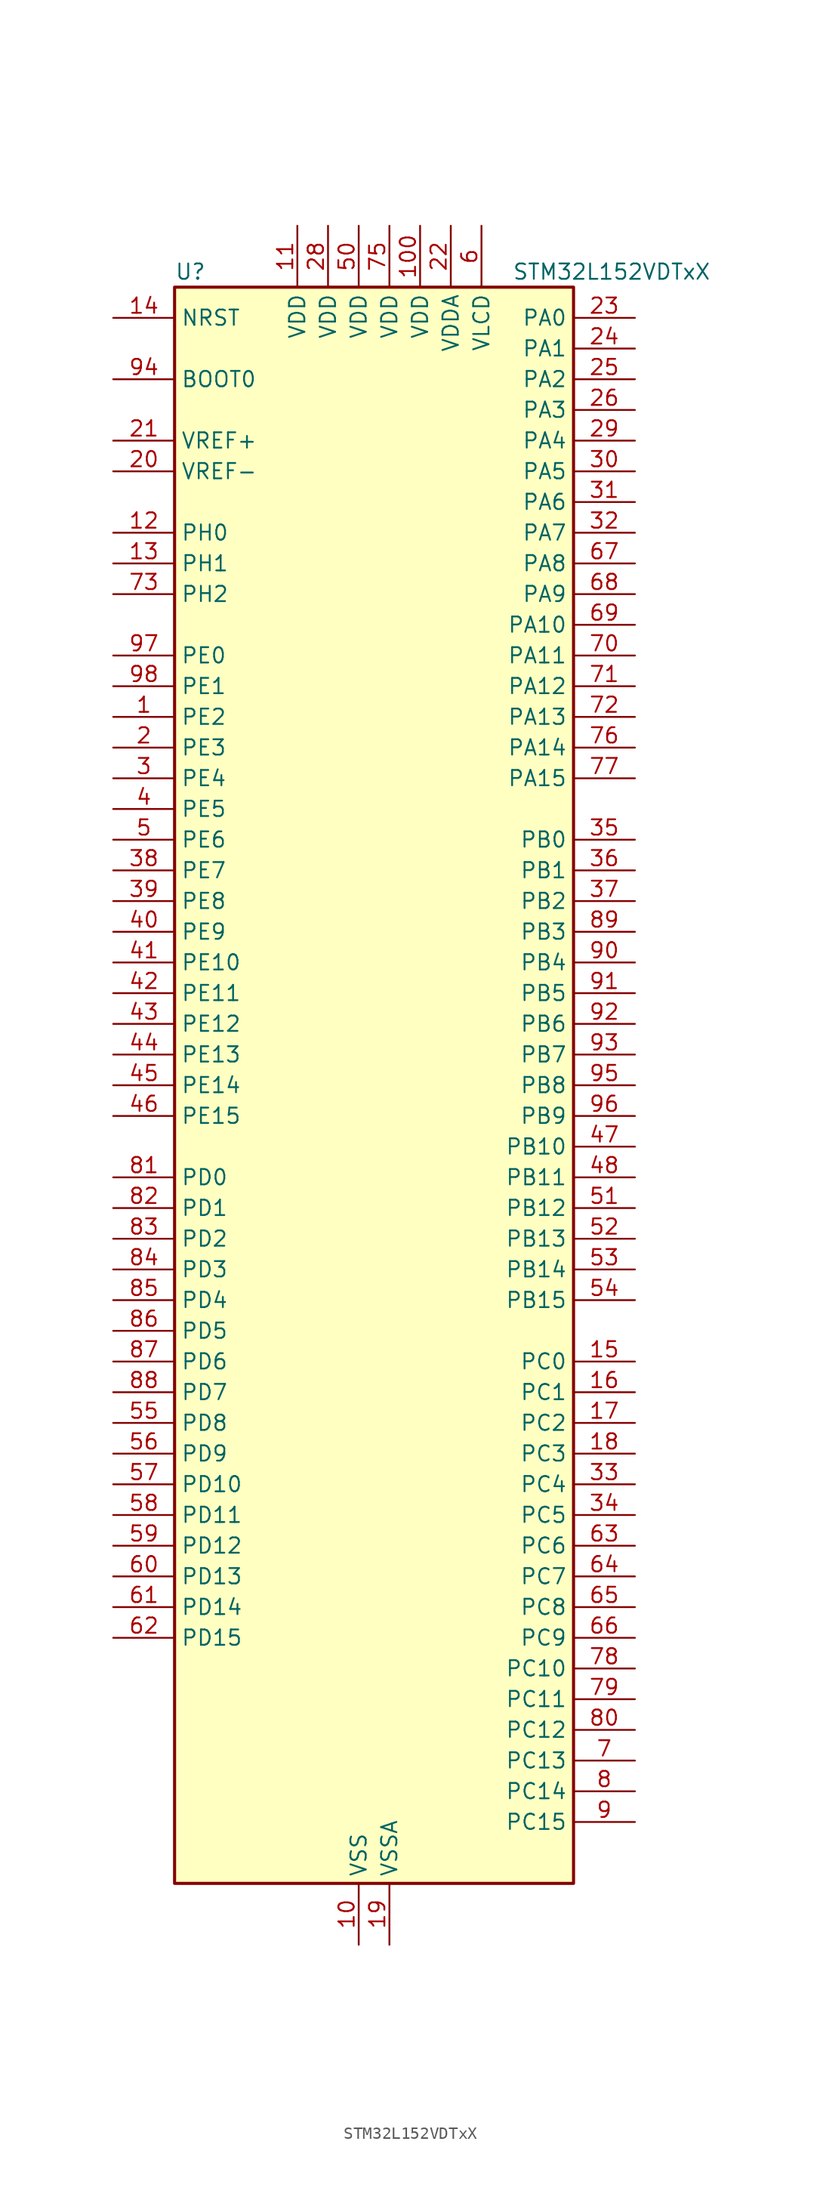
<source format=kicad_sym>
(kicad_symbol_lib
  (version 20231120)
  (generator "kicad-library-utils")
  (generator_version "8.0")
  (symbol "STM32L152VDTxX"
    (property "Reference" "U"
      (at -15.24 67.31 0)
      (effects (font (size 1.27 1.27)) (justify left)))
    (property "Value" "STM32L152VDTxX"
      (at 12.7 67.31 0)
      (effects (font (size 1.27 1.27)) (justify left)))
    (symbol "STM32L152VDTxX_0_1"
      (rectangle (start -15.24 -66.04) (end 17.78 66.04) (stroke (width 0.254) (type default)) (fill (type background))))
    (symbol "STM32L152VDTxX_1_1"
      (pin bidirectional line (at -20.32 30.48 0) (length 5.08) (name "PE2" (effects (font (size 1.27 1.27)))) (number "1" (effects (font (size 1.27 1.27)))) (alternate "LCD_SEG38" bidirectional line) (alternate "SYS_TRACECK" bidirectional line) (alternate "TIM3_ETR" bidirectional line) (alternate "TIMX_IC3" bidirectional line))
      (pin power_in line (at 0 -71.12 90) (length 5.08) (name "VSS" (effects (font (size 1.27 1.27)))) (number "10" (effects (font (size 1.27 1.27)))))
      (pin power_in line (at 5.08 71.12 270) (length 5.08) (name "VDD" (effects (font (size 1.27 1.27)))) (number "100" (effects (font (size 1.27 1.27)))))
      (pin power_in line (at -5.08 71.12 270) (length 5.08) (name "VDD" (effects (font (size 1.27 1.27)))) (number "11" (effects (font (size 1.27 1.27)))))
      (pin bidirectional line (at -20.32 45.72 0) (length 5.08) (name "PH0" (effects (font (size 1.27 1.27)))) (number "12" (effects (font (size 1.27 1.27)))) (alternate "RCC_OSC_IN" bidirectional line))
      (pin bidirectional line (at -20.32 43.18 0) (length 5.08) (name "PH1" (effects (font (size 1.27 1.27)))) (number "13" (effects (font (size 1.27 1.27)))) (alternate "RCC_OSC_OUT" bidirectional line))
      (pin input line (at -20.32 63.5 0) (length 5.08) (name "NRST" (effects (font (size 1.27 1.27)))) (number "14" (effects (font (size 1.27 1.27)))))
      (pin bidirectional line (at 22.86 -22.86 180) (length 5.08) (name "PC0" (effects (font (size 1.27 1.27)))) (number "15" (effects (font (size 1.27 1.27)))) (alternate "ADC_IN10" bidirectional line) (alternate "COMP1_INP" bidirectional line) (alternate "LCD_SEG18" bidirectional line) (alternate "TIMX_IC1" bidirectional line) (alternate "TS_G8_IO1" bidirectional line))
      (pin bidirectional line (at 22.86 -25.4 180) (length 5.08) (name "PC1" (effects (font (size 1.27 1.27)))) (number "16" (effects (font (size 1.27 1.27)))) (alternate "ADC_IN11" bidirectional line) (alternate "COMP1_INP" bidirectional line) (alternate "LCD_SEG19" bidirectional line) (alternate "TIMX_IC2" bidirectional line) (alternate "TS_G8_IO2" bidirectional line))
      (pin bidirectional line (at 22.86 -27.94 180) (length 5.08) (name "PC2" (effects (font (size 1.27 1.27)))) (number "17" (effects (font (size 1.27 1.27)))) (alternate "ADC_IN12" bidirectional line) (alternate "COMP1_INP" bidirectional line) (alternate "LCD_SEG20" bidirectional line) (alternate "TIMX_IC3" bidirectional line) (alternate "TS_G8_IO3" bidirectional line))
      (pin bidirectional line (at 22.86 -30.48 180) (length 5.08) (name "PC3" (effects (font (size 1.27 1.27)))) (number "18" (effects (font (size 1.27 1.27)))) (alternate "ADC_IN13" bidirectional line) (alternate "COMP1_INP" bidirectional line) (alternate "LCD_SEG21" bidirectional line) (alternate "TIMX_IC4" bidirectional line) (alternate "TS_G8_IO4" bidirectional line))
      (pin power_in line (at 2.54 -71.12 90) (length 5.08) (name "VSSA" (effects (font (size 1.27 1.27)))) (number "19" (effects (font (size 1.27 1.27)))))
      (pin bidirectional line (at -20.32 27.94 0) (length 5.08) (name "PE3" (effects (font (size 1.27 1.27)))) (number "2" (effects (font (size 1.27 1.27)))) (alternate "LCD_SEG39" bidirectional line) (alternate "SYS_TRACED0" bidirectional line) (alternate "TIM3_CH1" bidirectional line) (alternate "TIMX_IC4" bidirectional line))
      (pin input line (at -20.32 50.8 0) (length 5.08) (name "VREF-" (effects (font (size 1.27 1.27)))) (number "20" (effects (font (size 1.27 1.27)))))
      (pin input line (at -20.32 53.34 0) (length 5.08) (name "VREF+" (effects (font (size 1.27 1.27)))) (number "21" (effects (font (size 1.27 1.27)))))
      (pin power_in line (at 7.62 71.12 270) (length 5.08) (name "VDDA" (effects (font (size 1.27 1.27)))) (number "22" (effects (font (size 1.27 1.27)))))
      (pin bidirectional line (at 22.86 63.5 180) (length 5.08) (name "PA0" (effects (font (size 1.27 1.27)))) (number "23" (effects (font (size 1.27 1.27)))) (alternate "ADC_IN0" bidirectional line) (alternate "COMP1_INP" bidirectional line) (alternate "RTC_TAMP2" bidirectional line) (alternate "SYS_WKUP1" bidirectional line) (alternate "TIM2_CH1" bidirectional line) (alternate "TIM2_ETR" bidirectional line) (alternate "TIM5_CH1" bidirectional line) (alternate "TIMX_IC1" bidirectional line) (alternate "TS_G1_IO1" bidirectional line) (alternate "USART2_CTS" bidirectional line))
      (pin bidirectional line (at 22.86 60.96 180) (length 5.08) (name "PA1" (effects (font (size 1.27 1.27)))) (number "24" (effects (font (size 1.27 1.27)))) (alternate "ADC_IN1" bidirectional line) (alternate "COMP1_INP" bidirectional line) (alternate "LCD_SEG0" bidirectional line) (alternate "OPAMP1_VINP" bidirectional line) (alternate "TIM2_CH2" bidirectional line) (alternate "TIM5_CH2" bidirectional line) (alternate "TIMX_IC2" bidirectional line) (alternate "TS_G1_IO2" bidirectional line) (alternate "USART2_RTS" bidirectional line))
      (pin bidirectional line (at 22.86 58.42 180) (length 5.08) (name "PA2" (effects (font (size 1.27 1.27)))) (number "25" (effects (font (size 1.27 1.27)))) (alternate "ADC_IN2" bidirectional line) (alternate "COMP1_INP" bidirectional line) (alternate "LCD_SEG1" bidirectional line) (alternate "OPAMP1_VINM" bidirectional line) (alternate "TIM2_CH3" bidirectional line) (alternate "TIM5_CH3" bidirectional line) (alternate "TIM9_CH1" bidirectional line) (alternate "TIMX_IC3" bidirectional line) (alternate "TS_G1_IO3" bidirectional line) (alternate "USART2_TX" bidirectional line))
      (pin bidirectional line (at 22.86 55.88 180) (length 5.08) (name "PA3" (effects (font (size 1.27 1.27)))) (number "26" (effects (font (size 1.27 1.27)))) (alternate "ADC_IN3" bidirectional line) (alternate "COMP1_INP" bidirectional line) (alternate "LCD_SEG2" bidirectional line) (alternate "OPAMP1_VOUT" bidirectional line) (alternate "TIM2_CH4" bidirectional line) (alternate "TIM5_CH4" bidirectional line) (alternate "TIM9_CH2" bidirectional line) (alternate "TIMX_IC4" bidirectional line) (alternate "TS_G1_IO4" bidirectional line) (alternate "USART2_RX" bidirectional line))
      (pin passive line (at 0 -71.12 90) (length 5.08) hide (name "VSS" (effects (font (size 1.27 1.27)))) (number "27" (effects (font (size 1.27 1.27)))))
      (pin power_in line (at -2.54 71.12 270) (length 5.08) (name "VDD" (effects (font (size 1.27 1.27)))) (number "28" (effects (font (size 1.27 1.27)))))
      (pin bidirectional line (at 22.86 53.34 180) (length 5.08) (name "PA4" (effects (font (size 1.27 1.27)))) (number "29" (effects (font (size 1.27 1.27)))) (alternate "ADC_IN4" bidirectional line) (alternate "COMP1_INP" bidirectional line) (alternate "DAC_OUT1" bidirectional line) (alternate "I2S3_WS" bidirectional line) (alternate "SPI1_NSS" bidirectional line) (alternate "SPI3_NSS" bidirectional line) (alternate "TIMX_IC1" bidirectional line) (alternate "USART2_CK" bidirectional line))
      (pin bidirectional line (at -20.32 25.4 0) (length 5.08) (name "PE4" (effects (font (size 1.27 1.27)))) (number "3" (effects (font (size 1.27 1.27)))) (alternate "SYS_TRACED1" bidirectional line) (alternate "TIM3_CH2" bidirectional line) (alternate "TIMX_IC1" bidirectional line))
      (pin bidirectional line (at 22.86 50.8 180) (length 5.08) (name "PA5" (effects (font (size 1.27 1.27)))) (number "30" (effects (font (size 1.27 1.27)))) (alternate "ADC_IN5" bidirectional line) (alternate "COMP1_INP" bidirectional line) (alternate "DAC_OUT2" bidirectional line) (alternate "SPI1_SCK" bidirectional line) (alternate "TIM2_CH1" bidirectional line) (alternate "TIM2_ETR" bidirectional line) (alternate "TIMX_IC2" bidirectional line))
      (pin bidirectional line (at 22.86 48.26 180) (length 5.08) (name "PA6" (effects (font (size 1.27 1.27)))) (number "31" (effects (font (size 1.27 1.27)))) (alternate "ADC_IN6" bidirectional line) (alternate "COMP1_INP" bidirectional line) (alternate "LCD_SEG3" bidirectional line) (alternate "OPAMP2_VINP" bidirectional line) (alternate "SPI1_MISO" bidirectional line) (alternate "TIM10_CH1" bidirectional line) (alternate "TIM3_CH1" bidirectional line) (alternate "TIMX_IC3" bidirectional line) (alternate "TS_G2_IO1" bidirectional line))
      (pin bidirectional line (at 22.86 45.72 180) (length 5.08) (name "PA7" (effects (font (size 1.27 1.27)))) (number "32" (effects (font (size 1.27 1.27)))) (alternate "ADC_IN7" bidirectional line) (alternate "COMP1_INP" bidirectional line) (alternate "LCD_SEG4" bidirectional line) (alternate "OPAMP2_VINM" bidirectional line) (alternate "SPI1_MOSI" bidirectional line) (alternate "TIM11_CH1" bidirectional line) (alternate "TIM3_CH2" bidirectional line) (alternate "TIMX_IC4" bidirectional line) (alternate "TS_G2_IO2" bidirectional line))
      (pin bidirectional line (at 22.86 -33.02 180) (length 5.08) (name "PC4" (effects (font (size 1.27 1.27)))) (number "33" (effects (font (size 1.27 1.27)))) (alternate "ADC_IN14" bidirectional line) (alternate "COMP1_INP" bidirectional line) (alternate "LCD_SEG22" bidirectional line) (alternate "TIMX_IC1" bidirectional line) (alternate "TS_G9_IO1" bidirectional line))
      (pin bidirectional line (at 22.86 -35.56 180) (length 5.08) (name "PC5" (effects (font (size 1.27 1.27)))) (number "34" (effects (font (size 1.27 1.27)))) (alternate "ADC_IN15" bidirectional line) (alternate "COMP1_INP" bidirectional line) (alternate "LCD_SEG23" bidirectional line) (alternate "TIMX_IC2" bidirectional line) (alternate "TS_G9_IO2" bidirectional line))
      (pin bidirectional line (at 22.86 20.32 180) (length 5.08) (name "PB0" (effects (font (size 1.27 1.27)))) (number "35" (effects (font (size 1.27 1.27)))) (alternate "ADC_IN8" bidirectional line) (alternate "COMP1_INP" bidirectional line) (alternate "LCD_SEG5" bidirectional line) (alternate "OPAMP2_VOUT" bidirectional line) (alternate "SYS_V_REF_OUT" bidirectional line) (alternate "TIM3_CH3" bidirectional line) (alternate "TS_G3_IO1" bidirectional line))
      (pin bidirectional line (at 22.86 17.78 180) (length 5.08) (name "PB1" (effects (font (size 1.27 1.27)))) (number "36" (effects (font (size 1.27 1.27)))) (alternate "ADC_IN9" bidirectional line) (alternate "COMP1_INP" bidirectional line) (alternate "LCD_SEG6" bidirectional line) (alternate "SYS_V_REF_OUT" bidirectional line) (alternate "TIM3_CH4" bidirectional line) (alternate "TS_G3_IO2" bidirectional line))
      (pin bidirectional line (at 22.86 15.24 180) (length 5.08) (name "PB2" (effects (font (size 1.27 1.27)))) (number "37" (effects (font (size 1.27 1.27)))) (alternate "ADC_IN0b" bidirectional line) (alternate "TS_G3_IO3" bidirectional line))
      (pin bidirectional line (at -20.32 17.78 0) (length 5.08) (name "PE7" (effects (font (size 1.27 1.27)))) (number "38" (effects (font (size 1.27 1.27)))) (alternate "ADC_IN22" bidirectional line) (alternate "COMP1_INP" bidirectional line) (alternate "TIMX_IC4" bidirectional line))
      (pin bidirectional line (at -20.32 15.24 0) (length 5.08) (name "PE8" (effects (font (size 1.27 1.27)))) (number "39" (effects (font (size 1.27 1.27)))) (alternate "ADC_IN23" bidirectional line) (alternate "COMP1_INP" bidirectional line) (alternate "TIMX_IC1" bidirectional line))
      (pin bidirectional line (at -20.32 22.86 0) (length 5.08) (name "PE5" (effects (font (size 1.27 1.27)))) (number "4" (effects (font (size 1.27 1.27)))) (alternate "SYS_TRACED2" bidirectional line) (alternate "TIM9_CH1" bidirectional line) (alternate "TIMX_IC2" bidirectional line))
      (pin bidirectional line (at -20.32 12.7 0) (length 5.08) (name "PE9" (effects (font (size 1.27 1.27)))) (number "40" (effects (font (size 1.27 1.27)))) (alternate "ADC_IN24" bidirectional line) (alternate "COMP1_INP" bidirectional line) (alternate "DAC_EXTI9" bidirectional line) (alternate "TIM2_CH1" bidirectional line) (alternate "TIM2_ETR" bidirectional line) (alternate "TIMX_IC2" bidirectional line))
      (pin bidirectional line (at -20.32 10.16 0) (length 5.08) (name "PE10" (effects (font (size 1.27 1.27)))) (number "41" (effects (font (size 1.27 1.27)))) (alternate "ADC_IN25" bidirectional line) (alternate "COMP1_INP" bidirectional line) (alternate "TIM2_CH2" bidirectional line) (alternate "TIMX_IC3" bidirectional line))
      (pin bidirectional line (at -20.32 7.62 0) (length 5.08) (name "PE11" (effects (font (size 1.27 1.27)))) (number "42" (effects (font (size 1.27 1.27)))) (alternate "ADC_EXTI11" bidirectional line) (alternate "TIM2_CH3" bidirectional line) (alternate "TIMX_IC4" bidirectional line))
      (pin bidirectional line (at -20.32 5.08 0) (length 5.08) (name "PE12" (effects (font (size 1.27 1.27)))) (number "43" (effects (font (size 1.27 1.27)))) (alternate "SPI1_NSS" bidirectional line) (alternate "TIM2_CH4" bidirectional line) (alternate "TIMX_IC1" bidirectional line))
      (pin bidirectional line (at -20.32 2.54 0) (length 5.08) (name "PE13" (effects (font (size 1.27 1.27)))) (number "44" (effects (font (size 1.27 1.27)))) (alternate "SPI1_SCK" bidirectional line) (alternate "TIMX_IC2" bidirectional line))
      (pin bidirectional line (at -20.32 0 0) (length 5.08) (name "PE14" (effects (font (size 1.27 1.27)))) (number "45" (effects (font (size 1.27 1.27)))) (alternate "SPI1_MISO" bidirectional line) (alternate "TIMX_IC3" bidirectional line))
      (pin bidirectional line (at -20.32 -2.54 0) (length 5.08) (name "PE15" (effects (font (size 1.27 1.27)))) (number "46" (effects (font (size 1.27 1.27)))) (alternate "ADC_EXTI15" bidirectional line) (alternate "SPI1_MOSI" bidirectional line) (alternate "TIMX_IC4" bidirectional line))
      (pin bidirectional line (at 22.86 -5.08 180) (length 5.08) (name "PB10" (effects (font (size 1.27 1.27)))) (number "47" (effects (font (size 1.27 1.27)))) (alternate "I2C2_SCL" bidirectional line) (alternate "LCD_SEG10" bidirectional line) (alternate "TIM2_CH3" bidirectional line) (alternate "USART3_TX" bidirectional line))
      (pin bidirectional line (at 22.86 -7.62 180) (length 5.08) (name "PB11" (effects (font (size 1.27 1.27)))) (number "48" (effects (font (size 1.27 1.27)))) (alternate "ADC_EXTI11" bidirectional line) (alternate "I2C2_SDA" bidirectional line) (alternate "LCD_SEG11" bidirectional line) (alternate "TIM2_CH4" bidirectional line) (alternate "USART3_RX" bidirectional line))
      (pin passive line (at 0 -71.12 90) (length 5.08) hide (name "VSS" (effects (font (size 1.27 1.27)))) (number "49" (effects (font (size 1.27 1.27)))))
      (pin bidirectional line (at -20.32 20.32 0) (length 5.08) (name "PE6" (effects (font (size 1.27 1.27)))) (number "5" (effects (font (size 1.27 1.27)))) (alternate "RTC_TAMP3" bidirectional line) (alternate "SYS_TRACED3" bidirectional line) (alternate "SYS_WKUP3" bidirectional line) (alternate "TIM9_CH2" bidirectional line) (alternate "TIMX_IC3" bidirectional line))
      (pin power_in line (at 0 71.12 270) (length 5.08) (name "VDD" (effects (font (size 1.27 1.27)))) (number "50" (effects (font (size 1.27 1.27)))))
      (pin bidirectional line (at 22.86 -10.16 180) (length 5.08) (name "PB12" (effects (font (size 1.27 1.27)))) (number "51" (effects (font (size 1.27 1.27)))) (alternate "ADC_IN18" bidirectional line) (alternate "COMP1_INP" bidirectional line) (alternate "I2C2_SMBA" bidirectional line) (alternate "I2S2_WS" bidirectional line) (alternate "LCD_SEG12" bidirectional line) (alternate "SPI2_NSS" bidirectional line) (alternate "TIM10_CH1" bidirectional line) (alternate "TS_G7_IO1" bidirectional line) (alternate "USART3_CK" bidirectional line))
      (pin bidirectional line (at 22.86 -12.7 180) (length 5.08) (name "PB13" (effects (font (size 1.27 1.27)))) (number "52" (effects (font (size 1.27 1.27)))) (alternate "ADC_IN19" bidirectional line) (alternate "COMP1_INP" bidirectional line) (alternate "I2S2_CK" bidirectional line) (alternate "LCD_SEG13" bidirectional line) (alternate "SPI2_SCK" bidirectional line) (alternate "TIM9_CH1" bidirectional line) (alternate "TS_G7_IO2" bidirectional line) (alternate "USART3_CTS" bidirectional line))
      (pin bidirectional line (at 22.86 -15.24 180) (length 5.08) (name "PB14" (effects (font (size 1.27 1.27)))) (number "53" (effects (font (size 1.27 1.27)))) (alternate "ADC_IN20" bidirectional line) (alternate "COMP1_INP" bidirectional line) (alternate "LCD_SEG14" bidirectional line) (alternate "SPI2_MISO" bidirectional line) (alternate "TIM9_CH2" bidirectional line) (alternate "TS_G7_IO3" bidirectional line) (alternate "USART3_RTS" bidirectional line))
      (pin bidirectional line (at 22.86 -17.78 180) (length 5.08) (name "PB15" (effects (font (size 1.27 1.27)))) (number "54" (effects (font (size 1.27 1.27)))) (alternate "ADC_EXTI15" bidirectional line) (alternate "ADC_IN21" bidirectional line) (alternate "COMP1_INP" bidirectional line) (alternate "I2S2_SD" bidirectional line) (alternate "LCD_SEG15" bidirectional line) (alternate "RTC_REFIN" bidirectional line) (alternate "SPI2_MOSI" bidirectional line) (alternate "TIM11_CH1" bidirectional line) (alternate "TS_G7_IO4" bidirectional line))
      (pin bidirectional line (at -20.32 -27.94 0) (length 5.08) (name "PD8" (effects (font (size 1.27 1.27)))) (number "55" (effects (font (size 1.27 1.27)))) (alternate "LCD_SEG28" bidirectional line) (alternate "TIMX_IC1" bidirectional line) (alternate "USART3_TX" bidirectional line))
      (pin bidirectional line (at -20.32 -30.48 0) (length 5.08) (name "PD9" (effects (font (size 1.27 1.27)))) (number "56" (effects (font (size 1.27 1.27)))) (alternate "DAC_EXTI9" bidirectional line) (alternate "LCD_SEG29" bidirectional line) (alternate "TIMX_IC2" bidirectional line) (alternate "USART3_RX" bidirectional line))
      (pin bidirectional line (at -20.32 -33.02 0) (length 5.08) (name "PD10" (effects (font (size 1.27 1.27)))) (number "57" (effects (font (size 1.27 1.27)))) (alternate "LCD_SEG30" bidirectional line) (alternate "TIMX_IC3" bidirectional line) (alternate "USART3_CK" bidirectional line))
      (pin bidirectional line (at -20.32 -35.56 0) (length 5.08) (name "PD11" (effects (font (size 1.27 1.27)))) (number "58" (effects (font (size 1.27 1.27)))) (alternate "ADC_EXTI11" bidirectional line) (alternate "LCD_SEG31" bidirectional line) (alternate "TIMX_IC4" bidirectional line) (alternate "USART3_CTS" bidirectional line))
      (pin bidirectional line (at -20.32 -38.1 0) (length 5.08) (name "PD12" (effects (font (size 1.27 1.27)))) (number "59" (effects (font (size 1.27 1.27)))) (alternate "LCD_SEG32" bidirectional line) (alternate "TIM4_CH1" bidirectional line) (alternate "TIMX_IC1" bidirectional line) (alternate "USART3_RTS" bidirectional line))
      (pin power_in line (at 10.16 71.12 270) (length 5.08) (name "VLCD" (effects (font (size 1.27 1.27)))) (number "6" (effects (font (size 1.27 1.27)))))
      (pin bidirectional line (at -20.32 -40.64 0) (length 5.08) (name "PD13" (effects (font (size 1.27 1.27)))) (number "60" (effects (font (size 1.27 1.27)))) (alternate "LCD_SEG33" bidirectional line) (alternate "TIM4_CH2" bidirectional line) (alternate "TIMX_IC2" bidirectional line))
      (pin bidirectional line (at -20.32 -43.18 0) (length 5.08) (name "PD14" (effects (font (size 1.27 1.27)))) (number "61" (effects (font (size 1.27 1.27)))) (alternate "LCD_SEG34" bidirectional line) (alternate "TIM4_CH3" bidirectional line) (alternate "TIMX_IC3" bidirectional line))
      (pin bidirectional line (at -20.32 -45.72 0) (length 5.08) (name "PD15" (effects (font (size 1.27 1.27)))) (number "62" (effects (font (size 1.27 1.27)))) (alternate "ADC_EXTI15" bidirectional line) (alternate "LCD_SEG35" bidirectional line) (alternate "TIM4_CH4" bidirectional line) (alternate "TIMX_IC4" bidirectional line))
      (pin bidirectional line (at 22.86 -38.1 180) (length 5.08) (name "PC6" (effects (font (size 1.27 1.27)))) (number "63" (effects (font (size 1.27 1.27)))) (alternate "I2S2_MCK" bidirectional line) (alternate "LCD_SEG24" bidirectional line) (alternate "TIM3_CH1" bidirectional line) (alternate "TIMX_IC3" bidirectional line) (alternate "TS_G10_IO1" bidirectional line))
      (pin bidirectional line (at 22.86 -40.64 180) (length 5.08) (name "PC7" (effects (font (size 1.27 1.27)))) (number "64" (effects (font (size 1.27 1.27)))) (alternate "I2S3_MCK" bidirectional line) (alternate "LCD_SEG25" bidirectional line) (alternate "TIM3_CH2" bidirectional line) (alternate "TIMX_IC4" bidirectional line) (alternate "TS_G10_IO2" bidirectional line))
      (pin bidirectional line (at 22.86 -43.18 180) (length 5.08) (name "PC8" (effects (font (size 1.27 1.27)))) (number "65" (effects (font (size 1.27 1.27)))) (alternate "LCD_SEG26" bidirectional line) (alternate "TIM3_CH3" bidirectional line) (alternate "TIMX_IC1" bidirectional line) (alternate "TS_G10_IO3" bidirectional line))
      (pin bidirectional line (at 22.86 -45.72 180) (length 5.08) (name "PC9" (effects (font (size 1.27 1.27)))) (number "66" (effects (font (size 1.27 1.27)))) (alternate "DAC_EXTI9" bidirectional line) (alternate "LCD_SEG27" bidirectional line) (alternate "TIM3_CH4" bidirectional line) (alternate "TIMX_IC2" bidirectional line) (alternate "TS_G10_IO4" bidirectional line))
      (pin bidirectional line (at 22.86 43.18 180) (length 5.08) (name "PA8" (effects (font (size 1.27 1.27)))) (number "67" (effects (font (size 1.27 1.27)))) (alternate "LCD_COM0" bidirectional line) (alternate "RCC_MCO" bidirectional line) (alternate "TIMX_IC1" bidirectional line) (alternate "TS_G4_IO1" bidirectional line) (alternate "USART1_CK" bidirectional line))
      (pin bidirectional line (at 22.86 40.64 180) (length 5.08) (name "PA9" (effects (font (size 1.27 1.27)))) (number "68" (effects (font (size 1.27 1.27)))) (alternate "DAC_EXTI9" bidirectional line) (alternate "LCD_COM1" bidirectional line) (alternate "TIMX_IC2" bidirectional line) (alternate "TS_G4_IO2" bidirectional line) (alternate "USART1_TX" bidirectional line))
      (pin bidirectional line (at 22.86 38.1 180) (length 5.08) (name "PA10" (effects (font (size 1.27 1.27)))) (number "69" (effects (font (size 1.27 1.27)))) (alternate "LCD_COM2" bidirectional line) (alternate "TIMX_IC3" bidirectional line) (alternate "TS_G4_IO3" bidirectional line) (alternate "USART1_RX" bidirectional line))
      (pin bidirectional line (at 22.86 -55.88 180) (length 5.08) (name "PC13" (effects (font (size 1.27 1.27)))) (number "7" (effects (font (size 1.27 1.27)))) (alternate "RTC_OUT_ALARM" bidirectional line) (alternate "RTC_OUT_CALIB" bidirectional line) (alternate "RTC_TAMP1" bidirectional line) (alternate "RTC_TS" bidirectional line) (alternate "SYS_WKUP2" bidirectional line) (alternate "TIMX_IC2" bidirectional line))
      (pin bidirectional line (at 22.86 35.56 180) (length 5.08) (name "PA11" (effects (font (size 1.27 1.27)))) (number "70" (effects (font (size 1.27 1.27)))) (alternate "ADC_EXTI11" bidirectional line) (alternate "SPI1_MISO" bidirectional line) (alternate "TIMX_IC4" bidirectional line) (alternate "USART1_CTS" bidirectional line) (alternate "USB_DM" bidirectional line))
      (pin bidirectional line (at 22.86 33.02 180) (length 5.08) (name "PA12" (effects (font (size 1.27 1.27)))) (number "71" (effects (font (size 1.27 1.27)))) (alternate "SPI1_MOSI" bidirectional line) (alternate "TIMX_IC1" bidirectional line) (alternate "USART1_RTS" bidirectional line) (alternate "USB_DP" bidirectional line))
      (pin bidirectional line (at 22.86 30.48 180) (length 5.08) (name "PA13" (effects (font (size 1.27 1.27)))) (number "72" (effects (font (size 1.27 1.27)))) (alternate "SYS_JTMS-SWDIO" bidirectional line) (alternate "TIMX_IC2" bidirectional line) (alternate "TS_G5_IO1" bidirectional line))
      (pin bidirectional line (at -20.32 40.64 0) (length 5.08) (name "PH2" (effects (font (size 1.27 1.27)))) (number "73" (effects (font (size 1.27 1.27)))))
      (pin passive line (at 0 -71.12 90) (length 5.08) hide (name "VSS" (effects (font (size 1.27 1.27)))) (number "74" (effects (font (size 1.27 1.27)))))
      (pin power_in line (at 2.54 71.12 270) (length 5.08) (name "VDD" (effects (font (size 1.27 1.27)))) (number "75" (effects (font (size 1.27 1.27)))))
      (pin bidirectional line (at 22.86 27.94 180) (length 5.08) (name "PA14" (effects (font (size 1.27 1.27)))) (number "76" (effects (font (size 1.27 1.27)))) (alternate "SYS_JTCK-SWCLK" bidirectional line) (alternate "TIMX_IC3" bidirectional line) (alternate "TS_G5_IO2" bidirectional line))
      (pin bidirectional line (at 22.86 25.4 180) (length 5.08) (name "PA15" (effects (font (size 1.27 1.27)))) (number "77" (effects (font (size 1.27 1.27)))) (alternate "ADC_EXTI15" bidirectional line) (alternate "I2S3_WS" bidirectional line) (alternate "LCD_SEG17" bidirectional line) (alternate "SPI1_NSS" bidirectional line) (alternate "SPI3_NSS" bidirectional line) (alternate "SYS_JTDI" bidirectional line) (alternate "TIM2_CH1" bidirectional line) (alternate "TIM2_ETR" bidirectional line) (alternate "TIMX_IC4" bidirectional line) (alternate "TS_G5_IO3" bidirectional line))
      (pin bidirectional line (at 22.86 -48.26 180) (length 5.08) (name "PC10" (effects (font (size 1.27 1.27)))) (number "78" (effects (font (size 1.27 1.27)))) (alternate "I2S3_CK" bidirectional line) (alternate "LCD_COM4" bidirectional line) (alternate "LCD_SEG28" bidirectional line) (alternate "LCD_SEG40" bidirectional line) (alternate "SPI3_SCK" bidirectional line) (alternate "TIMX_IC3" bidirectional line) (alternate "UART4_TX" bidirectional line) (alternate "USART3_TX" bidirectional line))
      (pin bidirectional line (at 22.86 -50.8 180) (length 5.08) (name "PC11" (effects (font (size 1.27 1.27)))) (number "79" (effects (font (size 1.27 1.27)))) (alternate "ADC_EXTI11" bidirectional line) (alternate "LCD_COM5" bidirectional line) (alternate "LCD_SEG29" bidirectional line) (alternate "LCD_SEG41" bidirectional line) (alternate "SPI3_MISO" bidirectional line) (alternate "TIMX_IC4" bidirectional line) (alternate "UART4_RX" bidirectional line) (alternate "USART3_RX" bidirectional line))
      (pin bidirectional line (at 22.86 -58.42 180) (length 5.08) (name "PC14" (effects (font (size 1.27 1.27)))) (number "8" (effects (font (size 1.27 1.27)))) (alternate "RCC_OSC32_IN" bidirectional line) (alternate "TIMX_IC3" bidirectional line))
      (pin bidirectional line (at 22.86 -53.34 180) (length 5.08) (name "PC12" (effects (font (size 1.27 1.27)))) (number "80" (effects (font (size 1.27 1.27)))) (alternate "I2S3_SD" bidirectional line) (alternate "LCD_COM6" bidirectional line) (alternate "LCD_SEG30" bidirectional line) (alternate "LCD_SEG42" bidirectional line) (alternate "SPI3_MOSI" bidirectional line) (alternate "TIMX_IC1" bidirectional line) (alternate "UART5_TX" bidirectional line) (alternate "USART3_CK" bidirectional line))
      (pin bidirectional line (at -20.32 -7.62 0) (length 5.08) (name "PD0" (effects (font (size 1.27 1.27)))) (number "81" (effects (font (size 1.27 1.27)))) (alternate "I2S2_WS" bidirectional line) (alternate "SPI2_NSS" bidirectional line) (alternate "TIM9_CH1" bidirectional line) (alternate "TIMX_IC1" bidirectional line))
      (pin bidirectional line (at -20.32 -10.16 0) (length 5.08) (name "PD1" (effects (font (size 1.27 1.27)))) (number "82" (effects (font (size 1.27 1.27)))) (alternate "I2S2_CK" bidirectional line) (alternate "SPI2_SCK" bidirectional line) (alternate "TIMX_IC2" bidirectional line))
      (pin bidirectional line (at -20.32 -12.7 0) (length 5.08) (name "PD2" (effects (font (size 1.27 1.27)))) (number "83" (effects (font (size 1.27 1.27)))) (alternate "LCD_COM7" bidirectional line) (alternate "LCD_SEG31" bidirectional line) (alternate "LCD_SEG43" bidirectional line) (alternate "TIM3_ETR" bidirectional line) (alternate "TIMX_IC3" bidirectional line) (alternate "UART5_RX" bidirectional line))
      (pin bidirectional line (at -20.32 -15.24 0) (length 5.08) (name "PD3" (effects (font (size 1.27 1.27)))) (number "84" (effects (font (size 1.27 1.27)))) (alternate "SPI2_MISO" bidirectional line) (alternate "TIMX_IC4" bidirectional line) (alternate "USART2_CTS" bidirectional line))
      (pin bidirectional line (at -20.32 -17.78 0) (length 5.08) (name "PD4" (effects (font (size 1.27 1.27)))) (number "85" (effects (font (size 1.27 1.27)))) (alternate "I2S2_SD" bidirectional line) (alternate "SPI2_MOSI" bidirectional line) (alternate "TIMX_IC1" bidirectional line) (alternate "USART2_RTS" bidirectional line))
      (pin bidirectional line (at -20.32 -20.32 0) (length 5.08) (name "PD5" (effects (font (size 1.27 1.27)))) (number "86" (effects (font (size 1.27 1.27)))) (alternate "TIMX_IC2" bidirectional line) (alternate "USART2_TX" bidirectional line))
      (pin bidirectional line (at -20.32 -22.86 0) (length 5.08) (name "PD6" (effects (font (size 1.27 1.27)))) (number "87" (effects (font (size 1.27 1.27)))) (alternate "TIMX_IC3" bidirectional line) (alternate "USART2_RX" bidirectional line))
      (pin bidirectional line (at -20.32 -25.4 0) (length 5.08) (name "PD7" (effects (font (size 1.27 1.27)))) (number "88" (effects (font (size 1.27 1.27)))) (alternate "TIM9_CH2" bidirectional line) (alternate "TIMX_IC4" bidirectional line) (alternate "USART2_CK" bidirectional line))
      (pin bidirectional line (at 22.86 12.7 180) (length 5.08) (name "PB3" (effects (font (size 1.27 1.27)))) (number "89" (effects (font (size 1.27 1.27)))) (alternate "COMP2_INM" bidirectional line) (alternate "I2S3_CK" bidirectional line) (alternate "LCD_SEG7" bidirectional line) (alternate "SPI1_SCK" bidirectional line) (alternate "SPI3_SCK" bidirectional line) (alternate "SYS_JTDO-TRACESWO" bidirectional line) (alternate "TIM2_CH2" bidirectional line))
      (pin bidirectional line (at 22.86 -60.96 180) (length 5.08) (name "PC15" (effects (font (size 1.27 1.27)))) (number "9" (effects (font (size 1.27 1.27)))) (alternate "ADC_EXTI15" bidirectional line) (alternate "RCC_OSC32_OUT" bidirectional line) (alternate "TIMX_IC4" bidirectional line))
      (pin bidirectional line (at 22.86 10.16 180) (length 5.08) (name "PB4" (effects (font (size 1.27 1.27)))) (number "90" (effects (font (size 1.27 1.27)))) (alternate "COMP2_INP" bidirectional line) (alternate "LCD_SEG8" bidirectional line) (alternate "SPI1_MISO" bidirectional line) (alternate "SPI3_MISO" bidirectional line) (alternate "SYS_JTRST" bidirectional line) (alternate "TIM3_CH1" bidirectional line) (alternate "TS_G6_IO1" bidirectional line))
      (pin bidirectional line (at 22.86 7.62 180) (length 5.08) (name "PB5" (effects (font (size 1.27 1.27)))) (number "91" (effects (font (size 1.27 1.27)))) (alternate "COMP2_INP" bidirectional line) (alternate "I2C1_SMBA" bidirectional line) (alternate "I2S3_SD" bidirectional line) (alternate "LCD_SEG9" bidirectional line) (alternate "SPI1_MOSI" bidirectional line) (alternate "SPI3_MOSI" bidirectional line) (alternate "TIM3_CH2" bidirectional line) (alternate "TS_G6_IO2" bidirectional line))
      (pin bidirectional line (at 22.86 5.08 180) (length 5.08) (name "PB6" (effects (font (size 1.27 1.27)))) (number "92" (effects (font (size 1.27 1.27)))) (alternate "COMP2_INP" bidirectional line) (alternate "I2C1_SCL" bidirectional line) (alternate "TIM4_CH1" bidirectional line) (alternate "TS_G6_IO3" bidirectional line) (alternate "USART1_TX" bidirectional line))
      (pin bidirectional line (at 22.86 2.54 180) (length 5.08) (name "PB7" (effects (font (size 1.27 1.27)))) (number "93" (effects (font (size 1.27 1.27)))) (alternate "COMP2_INP" bidirectional line) (alternate "I2C1_SDA" bidirectional line) (alternate "SYS_PVD_IN" bidirectional line) (alternate "TIM4_CH2" bidirectional line) (alternate "TS_G6_IO4" bidirectional line) (alternate "USART1_RX" bidirectional line))
      (pin input line (at -20.32 58.42 0) (length 5.08) (name "BOOT0" (effects (font (size 1.27 1.27)))) (number "94" (effects (font (size 1.27 1.27)))))
      (pin bidirectional line (at 22.86 0 180) (length 5.08) (name "PB8" (effects (font (size 1.27 1.27)))) (number "95" (effects (font (size 1.27 1.27)))) (alternate "I2C1_SCL" bidirectional line) (alternate "LCD_SEG16" bidirectional line) (alternate "TIM10_CH1" bidirectional line) (alternate "TIM4_CH3" bidirectional line))
      (pin bidirectional line (at 22.86 -2.54 180) (length 5.08) (name "PB9" (effects (font (size 1.27 1.27)))) (number "96" (effects (font (size 1.27 1.27)))) (alternate "DAC_EXTI9" bidirectional line) (alternate "I2C1_SDA" bidirectional line) (alternate "LCD_COM3" bidirectional line) (alternate "TIM11_CH1" bidirectional line) (alternate "TIM4_CH4" bidirectional line))
      (pin bidirectional line (at -20.32 35.56 0) (length 5.08) (name "PE0" (effects (font (size 1.27 1.27)))) (number "97" (effects (font (size 1.27 1.27)))) (alternate "LCD_SEG36" bidirectional line) (alternate "TIM10_CH1" bidirectional line) (alternate "TIM4_ETR" bidirectional line) (alternate "TIMX_IC1" bidirectional line))
      (pin bidirectional line (at -20.32 33.02 0) (length 5.08) (name "PE1" (effects (font (size 1.27 1.27)))) (number "98" (effects (font (size 1.27 1.27)))) (alternate "LCD_SEG37" bidirectional line) (alternate "TIM11_CH1" bidirectional line) (alternate "TIMX_IC2" bidirectional line))
      (pin passive line (at 0 -71.12 90) (length 5.08) hide (name "VSS" (effects (font (size 1.27 1.27)))) (number "99" (effects (font (size 1.27 1.27))))))))
</source>
